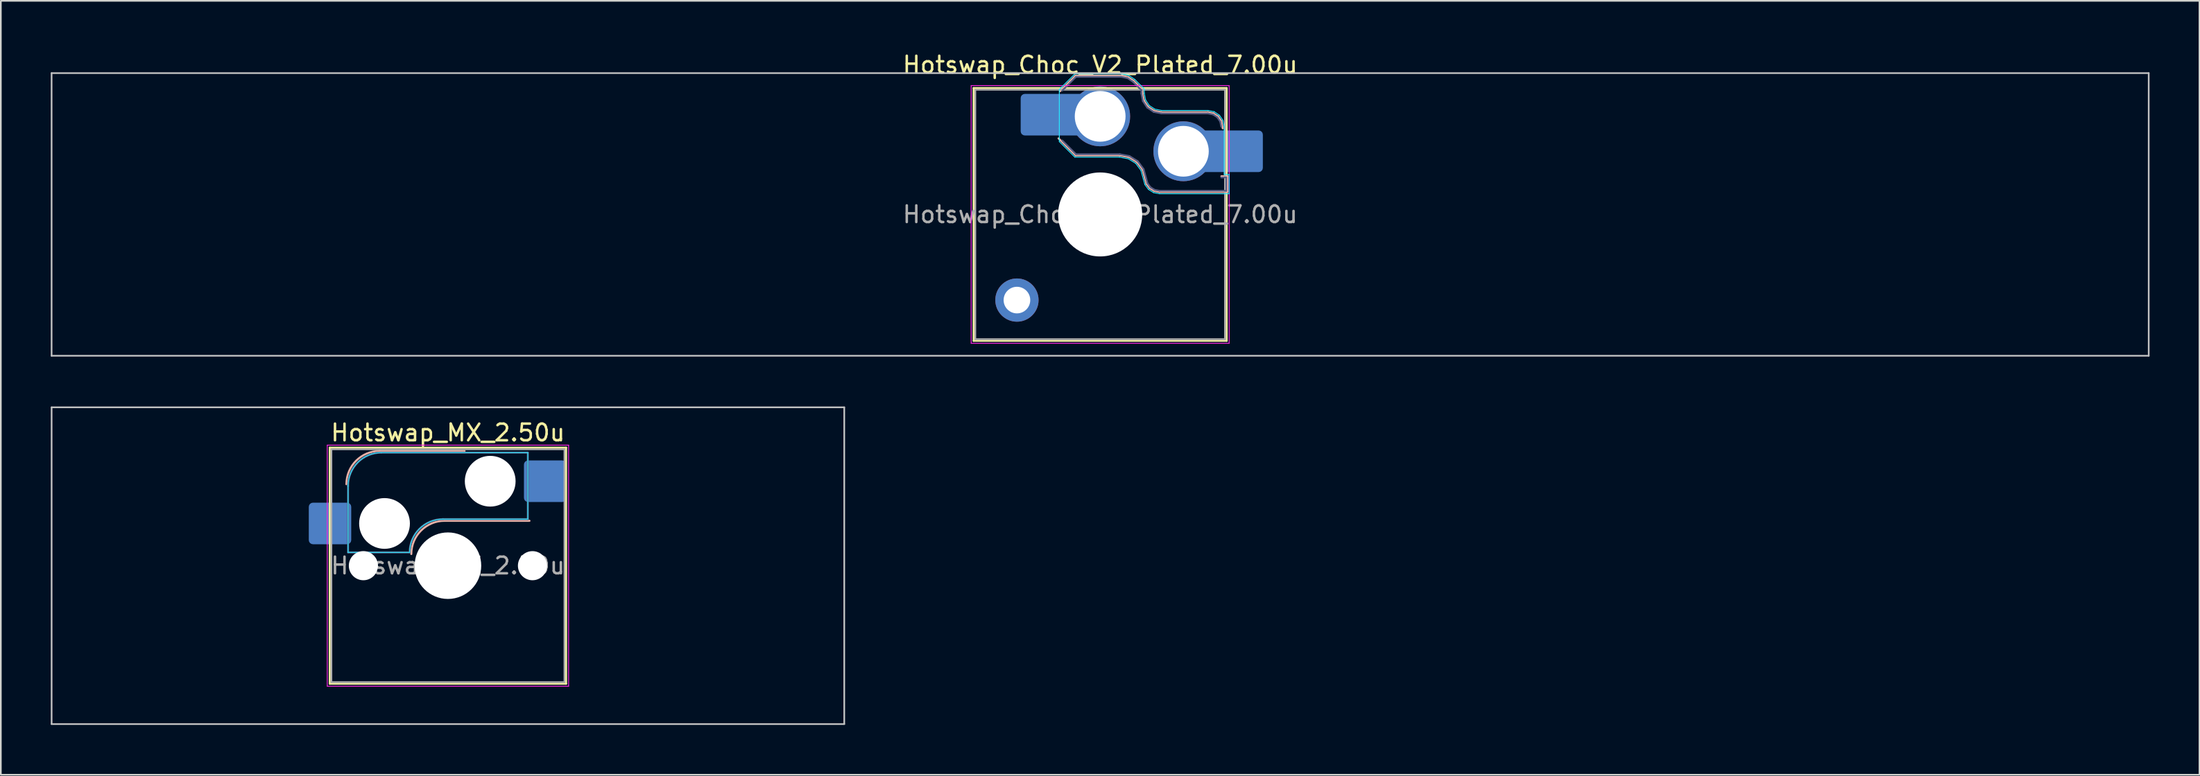
<source format=kicad_pcb>
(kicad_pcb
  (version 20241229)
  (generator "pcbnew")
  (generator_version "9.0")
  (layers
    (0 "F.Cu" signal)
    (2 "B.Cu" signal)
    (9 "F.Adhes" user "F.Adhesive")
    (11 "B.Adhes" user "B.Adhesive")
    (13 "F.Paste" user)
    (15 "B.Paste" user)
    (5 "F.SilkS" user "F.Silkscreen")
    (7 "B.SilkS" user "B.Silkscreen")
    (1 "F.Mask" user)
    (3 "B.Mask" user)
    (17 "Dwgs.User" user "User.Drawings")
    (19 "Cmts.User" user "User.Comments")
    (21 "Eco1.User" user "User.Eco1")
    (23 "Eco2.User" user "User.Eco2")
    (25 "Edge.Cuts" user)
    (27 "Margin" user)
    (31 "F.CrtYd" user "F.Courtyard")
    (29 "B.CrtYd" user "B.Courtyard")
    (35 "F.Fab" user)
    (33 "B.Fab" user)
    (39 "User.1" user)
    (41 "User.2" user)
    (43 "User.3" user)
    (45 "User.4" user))
  (footprint "Hotswap_MX_2.50u"
    (layer "F.Cu")
    (at 23.863 30.973)
    (property "Reference" "Hotswap_MX_2.50u" (at 0 -8 0) (layer "F.SilkS") (effects (font (size 1 1) (thickness 0.15))))
    (attr smd)
    (fp_line (start -7.1 -7.1) (end -7.1 7.1) (stroke (width 0.12) (type solid)) (layer "F.SilkS"))
    (fp_line (start -7.1 7.1) (end 7.1 7.1) (stroke (width 0.12) (type solid)) (layer "F.SilkS"))
    (fp_line (start 7.1 -7.1) (end -7.1 -7.1) (stroke (width 0.12) (type solid)) (layer "F.SilkS"))
    (fp_line (start 7.1 7.1) (end 7.1 -7.1) (stroke (width 0.12) (type solid)) (layer "F.SilkS"))
    (fp_line (start -4.1 -6.9) (end 1 -6.9) (stroke (width 0.12) (type solid)) (layer "B.SilkS"))
    (fp_line (start -0.2 -2.7) (end 4.9 -2.7) (stroke (width 0.12) (type solid)) (layer "B.SilkS"))
    (fp_arc (start -6.1 -4.9) (mid -5.514214 -6.314214) (end -4.1 -6.9) (stroke (width 0.12) (type solid)) (layer "B.SilkS"))
    (fp_arc (start -2.2 -0.7) (mid -1.614214 -2.114214) (end -0.2 -2.7) (stroke (width 0.12) (type solid)) (layer "B.SilkS"))
    (fp_line (start -23.812 -9.525) (end -23.812 9.525) (stroke (width 0.1) (type solid)) (layer "Dwgs.User"))
    (fp_line (start -23.812 9.525) (end 23.812 9.525) (stroke (width 0.1) (type solid)) (layer "Dwgs.User"))
    (fp_line (start 23.812 -9.525) (end -23.812 -9.525) (stroke (width 0.1) (type solid)) (layer "Dwgs.User"))
    (fp_line (start 23.812 9.525) (end 23.812 -9.525) (stroke (width 0.1) (type solid)) (layer "Dwgs.User"))
    (fp_line (start -7.8 -6) (end -7 -6) (stroke (width 0.1) (type solid)) (layer "Eco1.User"))
    (fp_line (start -7.8 -2.9) (end -7.8 -6) (stroke (width 0.1) (type solid)) (layer "Eco1.User"))
    (fp_line (start -7.8 2.9) (end -7 2.9) (stroke (width 0.1) (type solid)) (layer "Eco1.User"))
    (fp_line (start -7.8 6) (end -7.8 2.9) (stroke (width 0.1) (type solid)) (layer "Eco1.User"))
    (fp_line (start -7 -7) (end 7 -7) (stroke (width 0.1) (type solid)) (layer "Eco1.User"))
    (fp_line (start -7 -6) (end -7 -7) (stroke (width 0.1) (type solid)) (layer "Eco1.User"))
    (fp_line (start -7 -2.9) (end -7.8 -2.9) (stroke (width 0.1) (type solid)) (layer "Eco1.User"))
    (fp_line (start -7 2.9) (end -7 -2.9) (stroke (width 0.1) (type solid)) (layer "Eco1.User"))
    (fp_line (start -7 6) (end -7.8 6) (stroke (width 0.1) (type solid)) (layer "Eco1.User"))
    (fp_line (start -7 7) (end -7 6) (stroke (width 0.1) (type solid)) (layer "Eco1.User"))
    (fp_line (start 7 -7) (end 7 -6) (stroke (width 0.1) (type solid)) (layer "Eco1.User"))
    (fp_line (start 7 -6) (end 7.8 -6) (stroke (width 0.1) (type solid)) (layer "Eco1.User"))
    (fp_line (start 7 -2.9) (end 7 2.9) (stroke (width 0.1) (type solid)) (layer "Eco1.User"))
    (fp_line (start 7 2.9) (end 7.8 2.9) (stroke (width 0.1) (type solid)) (layer "Eco1.User"))
    (fp_line (start 7 6) (end 7 7) (stroke (width 0.1) (type solid)) (layer "Eco1.User"))
    (fp_line (start 7 7) (end -7 7) (stroke (width 0.1) (type solid)) (layer "Eco1.User"))
    (fp_line (start 7.8 -6) (end 7.8 -2.9) (stroke (width 0.1) (type solid)) (layer "Eco1.User"))
    (fp_line (start 7.8 -2.9) (end 7 -2.9) (stroke (width 0.1) (type solid)) (layer "Eco1.User"))
    (fp_line (start 7.8 2.9) (end 7.8 6) (stroke (width 0.1) (type solid)) (layer "Eco1.User"))
    (fp_line (start 7.8 6) (end 7 6) (stroke (width 0.1) (type solid)) (layer "Eco1.User"))
    (fp_line (start -6 -0.8) (end -6 -4.8) (stroke (width 0.05) (type solid)) (layer "B.CrtYd"))
    (fp_line (start -6 -0.8) (end -2.3 -0.8) (stroke (width 0.05) (type solid)) (layer "B.CrtYd"))
    (fp_line (start -4 -6.8) (end 4.8 -6.8) (stroke (width 0.05) (type solid)) (layer "B.CrtYd"))
    (fp_line (start -0.3 -2.8) (end 4.8 -2.8) (stroke (width 0.05) (type solid)) (layer "B.CrtYd"))
    (fp_line (start 4.8 -6.8) (end 4.8 -2.8) (stroke (width 0.05) (type solid)) (layer "B.CrtYd"))
    (fp_arc (start -6 -4.8) (mid -5.414214 -6.214214) (end -4 -6.8) (stroke (width 0.05) (type solid)) (layer "B.CrtYd"))
    (fp_arc (start -2.3 -0.8) (mid -1.714214 -2.214214) (end -0.3 -2.8) (stroke (width 0.05) (type solid)) (layer "B.CrtYd"))
    (fp_line (start -7.25 -7.25) (end -7.25 7.25) (stroke (width 0.05) (type solid)) (layer "F.CrtYd"))
    (fp_line (start -7.25 7.25) (end 7.25 7.25) (stroke (width 0.05) (type solid)) (layer "F.CrtYd"))
    (fp_line (start 7.25 -7.25) (end -7.25 -7.25) (stroke (width 0.05) (type solid)) (layer "F.CrtYd"))
    (fp_line (start 7.25 7.25) (end 7.25 -7.25) (stroke (width 0.05) (type solid)) (layer "F.CrtYd"))
    (fp_line (start -6 -0.8) (end -6 -4.8) (stroke (width 0.12) (type solid)) (layer "B.Fab"))
    (fp_line (start -6 -0.8) (end -2.3 -0.8) (stroke (width 0.12) (type solid)) (layer "B.Fab"))
    (fp_line (start -4 -6.8) (end 4.8 -6.8) (stroke (width 0.12) (type solid)) (layer "B.Fab"))
    (fp_line (start -0.3 -2.8) (end 4.8 -2.8) (stroke (width 0.12) (type solid)) (layer "B.Fab"))
    (fp_line (start 4.8 -6.8) (end 4.8 -2.8) (stroke (width 0.12) (type solid)) (layer "B.Fab"))
    (fp_arc (start -6 -4.8) (mid -5.414214 -6.214214) (end -4 -6.8) (stroke (width 0.12) (type solid)) (layer "B.Fab"))
    (fp_arc (start -2.3 -0.8) (mid -1.714214 -2.214214) (end -0.3 -2.8) (stroke (width 0.12) (type solid)) (layer "B.Fab"))
    (fp_line (start -7 -7) (end -7 7) (stroke (width 0.1) (type solid)) (layer "F.Fab"))
    (fp_line (start -7 7) (end 7 7) (stroke (width 0.1) (type solid)) (layer "F.Fab"))
    (fp_line (start 7 -7) (end -7 -7) (stroke (width 0.1) (type solid)) (layer "F.Fab"))
    (fp_line (start 7 7) (end 7 -7) (stroke (width 0.1) (type solid)) (layer "F.Fab"))
    (fp_text user "${REFERENCE}" (at 0 0 0) (layer "F.Fab") (effects (font (size 1 1) (thickness 0.15))))
    (pad "" np_thru_hole circle (at -5.08 0) (size 1.75 1.75) (drill 1.75) (layers "*.Cu" "*.Mask"))
    (pad "" np_thru_hole circle (at -3.81 -2.54) (size 3.05 3.05) (drill 3.05) (layers "*.Cu" "*.Mask"))
    (pad "" np_thru_hole circle (at 0 0) (size 4 4) (drill 4) (layers "*.Cu" "*.Mask"))
    (pad "" np_thru_hole circle (at 2.54 -5.08) (size 3.05 3.05) (drill 3.05) (layers "*.Cu" "*.Mask"))
    (pad "" np_thru_hole circle (at 5.08 0) (size 1.75 1.75) (drill 1.75) (layers "*.Cu" "*.Mask"))
    (pad "1" smd roundrect (at -7.085 -2.54) (size 2.55 2.5) (layers "B.Cu" "B.Mask" "B.Paste") (roundrect_rratio 0.1))
    (pad "2" smd roundrect (at 5.842 -5.08) (size 2.55 2.5) (layers "B.Cu" "B.Mask" "B.Paste") (roundrect_rratio 0.1)))
  (footprint "Hotswap_Choc_V2_Plated_7.00u"
    (layer "F.Cu")
    (at 63.05 9.848)
    (property "Reference" "Hotswap_Choc_V2_Plated_7.00u" (at 0 -9 0) (layer "F.SilkS") (effects (font (size 1 1) (thickness 0.15))))
    (attr smd allow_soldermask_bridges)
    (fp_line (start -7.6 -7.6) (end -7.6 7.6) (stroke (width 0.12) (type solid)) (layer "F.SilkS"))
    (fp_line (start -7.6 7.6) (end 7.6 7.6) (stroke (width 0.12) (type solid)) (layer "F.SilkS"))
    (fp_line (start 7.6 -7.6) (end -7.6 -7.6) (stroke (width 0.12) (type solid)) (layer "F.SilkS"))
    (fp_line (start 7.6 7.6) (end 7.6 -7.6) (stroke (width 0.12) (type solid)) (layer "F.SilkS"))
    (fp_line (start -2.416 -7.409) (end -1.479 -8.346) (stroke (width 0.12) (type solid)) (layer "B.SilkS"))
    (fp_line (start -1.479 -8.346) (end 1.268 -8.346) (stroke (width 0.12) (type solid)) (layer "B.SilkS"))
    (fp_line (start -1.479 -3.554) (end -2.5 -4.575) (stroke (width 0.12) (type solid)) (layer "B.SilkS"))
    (fp_line (start 1.168 -3.554) (end -1.479 -3.554) (stroke (width 0.12) (type solid)) (layer "B.SilkS"))
    (fp_line (start 1.268 -8.346) (end 1.671 -8.266) (stroke (width 0.12) (type solid)) (layer "B.SilkS"))
    (fp_line (start 1.671 -8.266) (end 2.013 -8.037) (stroke (width 0.12) (type solid)) (layer "B.SilkS"))
    (fp_line (start 1.73 -3.449) (end 1.168 -3.554) (stroke (width 0.12) (type solid)) (layer "B.SilkS"))
    (fp_line (start 2.013 -8.037) (end 2.546 -7.504) (stroke (width 0.12) (type solid)) (layer "B.SilkS"))
    (fp_line (start 2.209 -3.15) (end 1.73 -3.449) (stroke (width 0.12) (type solid)) (layer "B.SilkS"))
    (fp_line (start 2.546 -7.504) (end 2.546 -7.282) (stroke (width 0.12) (type solid)) (layer "B.SilkS"))
    (fp_line (start 2.546 -7.282) (end 2.633 -6.844) (stroke (width 0.12) (type solid)) (layer "B.SilkS"))
    (fp_line (start 2.547 -2.697) (end 2.209 -3.15) (stroke (width 0.12) (type solid)) (layer "B.SilkS"))
    (fp_line (start 2.633 -6.844) (end 2.877 -6.477) (stroke (width 0.12) (type solid)) (layer "B.SilkS"))
    (fp_line (start 2.701 -2.139) (end 2.547 -2.697) (stroke (width 0.12) (type solid)) (layer "B.SilkS"))
    (fp_line (start 2.783 -1.841) (end 2.701 -2.139) (stroke (width 0.12) (type solid)) (layer "B.SilkS"))
    (fp_line (start 2.877 -6.477) (end 3.244 -6.233) (stroke (width 0.12) (type solid)) (layer "B.SilkS"))
    (fp_line (start 2.976 -1.583) (end 2.783 -1.841) (stroke (width 0.12) (type solid)) (layer "B.SilkS"))
    (fp_line (start 3.244 -6.233) (end 3.682 -6.146) (stroke (width 0.12) (type solid)) (layer "B.SilkS"))
    (fp_line (start 3.25 -1.413) (end 2.976 -1.583) (stroke (width 0.12) (type solid)) (layer "B.SilkS"))
    (fp_line (start 3.56 -1.354) (end 3.25 -1.413) (stroke (width 0.12) (type solid)) (layer "B.SilkS"))
    (fp_line (start 3.682 -6.146) (end 6.482 -6.146) (stroke (width 0.12) (type solid)) (layer "B.SilkS"))
    (fp_line (start 6.482 -6.146) (end 6.809 -6.081) (stroke (width 0.12) (type solid)) (layer "B.SilkS"))
    (fp_line (start 6.809 -6.081) (end 7.092 -5.892) (stroke (width 0.12) (type solid)) (layer "B.SilkS"))
    (fp_line (start 7.092 -5.892) (end 7.281 -5.609) (stroke (width 0.12) (type solid)) (layer "B.SilkS"))
    (fp_line (start 7.281 -5.609) (end 7.366 -5.182) (stroke (width 0.12) (type solid)) (layer "B.SilkS"))
    (fp_line (start 7.283 -2.296) (end 7.646 -2.296) (stroke (width 0.12) (type solid)) (layer "B.SilkS"))
    (fp_line (start 7.646 -2.296) (end 7.646 -1.354) (stroke (width 0.12) (type solid)) (layer "B.SilkS"))
    (fp_line (start 7.646 -1.354) (end 3.56 -1.354) (stroke (width 0.12) (type solid)) (layer "B.SilkS"))
    (fp_line (start -63 -8.5) (end -63 8.5) (stroke (width 0.1) (type solid)) (layer "Dwgs.User"))
    (fp_line (start -63 8.5) (end 63 8.5) (stroke (width 0.1) (type solid)) (layer "Dwgs.User"))
    (fp_line (start 63 -8.5) (end -63 -8.5) (stroke (width 0.1) (type solid)) (layer "Dwgs.User"))
    (fp_line (start 63 8.5) (end 63 -8.5) (stroke (width 0.1) (type solid)) (layer "Dwgs.User"))
    (fp_line (start -7.25 -7.25) (end -7.25 7.25) (stroke (width 0.1) (type solid)) (layer "Eco1.User"))
    (fp_line (start -7.25 7.25) (end 7.25 7.25) (stroke (width 0.1) (type solid)) (layer "Eco1.User"))
    (fp_line (start 7.25 -7.25) (end -7.25 -7.25) (stroke (width 0.1) (type solid)) (layer "Eco1.User"))
    (fp_line (start 7.25 7.25) (end 7.25 -7.25) (stroke (width 0.1) (type solid)) (layer "Eco1.User"))
    (fp_line (start -2.452 -7.523) (end -1.523 -8.452) (stroke (width 0.05) (type solid)) (layer "B.CrtYd"))
    (fp_line (start -2.452 -4.377) (end -2.452 -7.523) (stroke (width 0.05) (type solid)) (layer "B.CrtYd"))
    (fp_line (start -1.523 -8.452) (end 1.278 -8.452) (stroke (width 0.05) (type solid)) (layer "B.CrtYd"))
    (fp_line (start -1.523 -3.448) (end -2.452 -4.377) (stroke (width 0.05) (type solid)) (layer "B.CrtYd"))
    (fp_line (start 1.159 -3.448) (end -1.523 -3.448) (stroke (width 0.05) (type solid)) (layer "B.CrtYd"))
    (fp_line (start 1.278 -8.452) (end 1.712 -8.366) (stroke (width 0.05) (type solid)) (layer "B.CrtYd"))
    (fp_line (start 1.691 -3.348) (end 1.159 -3.448) (stroke (width 0.05) (type solid)) (layer "B.CrtYd"))
    (fp_line (start 1.712 -8.366) (end 2.081 -8.119) (stroke (width 0.05) (type solid)) (layer "B.CrtYd"))
    (fp_line (start 2.081 -8.119) (end 2.652 -7.548) (stroke (width 0.05) (type solid)) (layer "B.CrtYd"))
    (fp_line (start 2.136 -3.071) (end 1.691 -3.348) (stroke (width 0.05) (type solid)) (layer "B.CrtYd"))
    (fp_line (start 2.45 -2.65) (end 2.136 -3.071) (stroke (width 0.05) (type solid)) (layer "B.CrtYd"))
    (fp_line (start 2.599 -2.111) (end 2.45 -2.65) (stroke (width 0.05) (type solid)) (layer "B.CrtYd"))
    (fp_line (start 2.652 -7.548) (end 2.652 -7.292) (stroke (width 0.05) (type solid)) (layer "B.CrtYd"))
    (fp_line (start 2.652 -7.292) (end 2.733 -6.885) (stroke (width 0.05) (type solid)) (layer "B.CrtYd"))
    (fp_line (start 2.687 -1.794) (end 2.599 -2.111) (stroke (width 0.05) (type solid)) (layer "B.CrtYd"))
    (fp_line (start 2.733 -6.885) (end 2.953 -6.553) (stroke (width 0.05) (type solid)) (layer "B.CrtYd"))
    (fp_line (start 2.903 -1.503) (end 2.687 -1.794) (stroke (width 0.05) (type solid)) (layer "B.CrtYd"))
    (fp_line (start 2.953 -6.553) (end 3.285 -6.333) (stroke (width 0.05) (type solid)) (layer "B.CrtYd"))
    (fp_line (start 3.211 -1.312) (end 2.903 -1.503) (stroke (width 0.05) (type solid)) (layer "B.CrtYd"))
    (fp_line (start 3.285 -6.333) (end 3.692 -6.252) (stroke (width 0.05) (type solid)) (layer "B.CrtYd"))
    (fp_line (start 3.55 -1.248) (end 3.211 -1.312) (stroke (width 0.05) (type solid)) (layer "B.CrtYd"))
    (fp_line (start 3.692 -6.252) (end 6.492 -6.252) (stroke (width 0.05) (type solid)) (layer "B.CrtYd"))
    (fp_line (start 6.492 -6.252) (end 6.85 -6.181) (stroke (width 0.05) (type solid)) (layer "B.CrtYd"))
    (fp_line (start 6.85 -6.181) (end 7.168 -5.968) (stroke (width 0.05) (type solid)) (layer "B.CrtYd"))
    (fp_line (start 7.168 -5.968) (end 7.381 -5.65) (stroke (width 0.05) (type solid)) (layer "B.CrtYd"))
    (fp_line (start 7.381 -5.65) (end 7.452 -5.292) (stroke (width 0.05) (type solid)) (layer "B.CrtYd"))
    (fp_line (start 7.452 -5.292) (end 7.452 -2.402) (stroke (width 0.05) (type solid)) (layer "B.CrtYd"))
    (fp_line (start 7.452 -2.402) (end 7.752 -2.402) (stroke (width 0.05) (type solid)) (layer "B.CrtYd"))
    (fp_line (start 7.752 -2.402) (end 7.752 -1.248) (stroke (width 0.05) (type solid)) (layer "B.CrtYd"))
    (fp_line (start 7.752 -1.248) (end 3.55 -1.248) (stroke (width 0.05) (type solid)) (layer "B.CrtYd"))
    (fp_line (start -7.75 -7.75) (end -7.75 7.75) (stroke (width 0.05) (type solid)) (layer "F.CrtYd"))
    (fp_line (start -7.75 7.75) (end 7.75 7.75) (stroke (width 0.05) (type solid)) (layer "F.CrtYd"))
    (fp_line (start 7.75 -7.75) (end -7.75 -7.75) (stroke (width 0.05) (type solid)) (layer "F.CrtYd"))
    (fp_line (start 7.75 7.75) (end 7.75 -7.75) (stroke (width 0.05) (type solid)) (layer "F.CrtYd"))
    (fp_line (start -2.275 -7.45) (end -1.45 -8.275) (stroke (width 0.1) (type solid)) (layer "B.Fab"))
    (fp_line (start -1.45 -8.275) (end 1.261 -8.275) (stroke (width 0.1) (type solid)) (layer "B.Fab"))
    (fp_line (start -1.45 -3.625) (end -2.275 -4.45) (stroke (width 0.1) (type solid)) (layer "B.Fab"))
    (fp_line (start 1.175 -3.625) (end -1.45 -3.625) (stroke (width 0.1) (type solid)) (layer "B.Fab"))
    (fp_line (start 1.261 -8.275) (end 1.643 -8.199) (stroke (width 0.1) (type solid)) (layer "B.Fab"))
    (fp_line (start 1.643 -8.199) (end 1.968 -7.982) (stroke (width 0.1) (type solid)) (layer "B.Fab"))
    (fp_line (start 1.756 -3.516) (end 1.175 -3.625) (stroke (width 0.1) (type solid)) (layer "B.Fab"))
    (fp_line (start 1.968 -7.982) (end 2.475 -7.475) (stroke (width 0.1) (type solid)) (layer "B.Fab"))
    (fp_line (start 2.258 -3.203) (end 1.756 -3.516) (stroke (width 0.1) (type solid)) (layer "B.Fab"))
    (fp_line (start 2.475 -7.475) (end 2.475 -7.275) (stroke (width 0.1) (type solid)) (layer "B.Fab"))
    (fp_line (start 2.475 -7.275) (end 2.566 -6.816) (stroke (width 0.1) (type solid)) (layer "B.Fab"))
    (fp_line (start 2.566 -6.816) (end 2.826 -6.426) (stroke (width 0.1) (type solid)) (layer "B.Fab"))
    (fp_line (start 2.612 -2.729) (end 2.258 -3.203) (stroke (width 0.1) (type solid)) (layer "B.Fab"))
    (fp_line (start 2.769 -2.158) (end 2.612 -2.729) (stroke (width 0.1) (type solid)) (layer "B.Fab"))
    (fp_line (start 2.826 -6.426) (end 3.216 -6.166) (stroke (width 0.1) (type solid)) (layer "B.Fab"))
    (fp_line (start 2.848 -1.873) (end 2.769 -2.158) (stroke (width 0.1) (type solid)) (layer "B.Fab"))
    (fp_line (start 3.025 -1.636) (end 2.848 -1.873) (stroke (width 0.1) (type solid)) (layer "B.Fab"))
    (fp_line (start 3.216 -6.166) (end 3.675 -6.075) (stroke (width 0.1) (type solid)) (layer "B.Fab"))
    (fp_line (start 3.276 -1.48) (end 3.025 -1.636) (stroke (width 0.1) (type solid)) (layer "B.Fab"))
    (fp_line (start 3.567 -1.425) (end 3.276 -1.48) (stroke (width 0.1) (type solid)) (layer "B.Fab"))
    (fp_line (start 3.675 -6.075) (end 6.475 -6.075) (stroke (width 0.1) (type solid)) (layer "B.Fab"))
    (fp_line (start 6.475 -6.075) (end 6.781 -6.014) (stroke (width 0.1) (type solid)) (layer "B.Fab"))
    (fp_line (start 6.781 -6.014) (end 7.041 -5.841) (stroke (width 0.1) (type solid)) (layer "B.Fab"))
    (fp_line (start 7.041 -5.841) (end 7.214 -5.581) (stroke (width 0.1) (type solid)) (layer "B.Fab"))
    (fp_line (start 7.214 -5.581) (end 7.275 -5.275) (stroke (width 0.1) (type solid)) (layer "B.Fab"))
    (fp_line (start 7.275 -2.225) (end 7.575 -2.225) (stroke (width 0.1) (type solid)) (layer "B.Fab"))
    (fp_line (start 7.575 -2.225) (end 7.575 -1.425) (stroke (width 0.1) (type solid)) (layer "B.Fab"))
    (fp_line (start 7.575 -1.425) (end 3.567 -1.425) (stroke (width 0.1) (type solid)) (layer "B.Fab"))
    (fp_line (start -7.5 -7.5) (end -7.5 7.5) (stroke (width 0.1) (type solid)) (layer "F.Fab"))
    (fp_line (start -7.5 7.5) (end 7.5 7.5) (stroke (width 0.1) (type solid)) (layer "F.Fab"))
    (fp_line (start 7.5 -7.5) (end -7.5 -7.5) (stroke (width 0.1) (type solid)) (layer "F.Fab"))
    (fp_line (start 7.5 7.5) (end 7.5 -7.5) (stroke (width 0.1) (type solid)) (layer "F.Fab"))
    (fp_text user "${REFERENCE}" (at 0 0 0) (layer "F.Fab") (effects (font (size 1 1) (thickness 0.15))))
    (pad "" thru_hole circle (at -5 5.15) (size 2.6 2.6) (drill 1.6) (layers "*.Cu" "*.Mask"))
    (pad "" smd roundrect (at -3.5 -6) (size 2.55 2.5) (layers "B.Mask" "B.Paste") (roundrect_rratio 0.1))
    (pad "" np_thru_hole circle (at 0 0) (size 5.05 5.05) (drill 5.05) (layers "*.Cu" "*.Mask"))
    (pad "" smd roundrect (at 8.5 -3.8) (size 2.55 2.5) (layers "B.Mask" "B.Paste") (roundrect_rratio 0.1))
    (pad "1" smd roundrect (at -2.85 -6) (size 3.85 2.5) (layers "B.Cu") (roundrect_rratio 0.1))
    (pad "1" thru_hole circle (at 0 -5.9) (size 3.6 3.6) (drill 3.05) (layers "*.Cu" "*.Mask"))
    (pad "2" thru_hole circle (at 5 -3.8) (size 3.6 3.6) (drill 3.05) (layers "*.Cu" "*.Mask"))
    (pad "2" smd roundrect (at 7.85 -3.8) (size 3.85 2.5) (layers "B.Cu") (roundrect_rratio 0.1)))
  (gr_rect
    (start -3 -3)
    (end 129.1 43.548)
    (stroke (width 0.1) (type default))
    (fill no)
    (layer "Edge.Cuts")))
</source>
